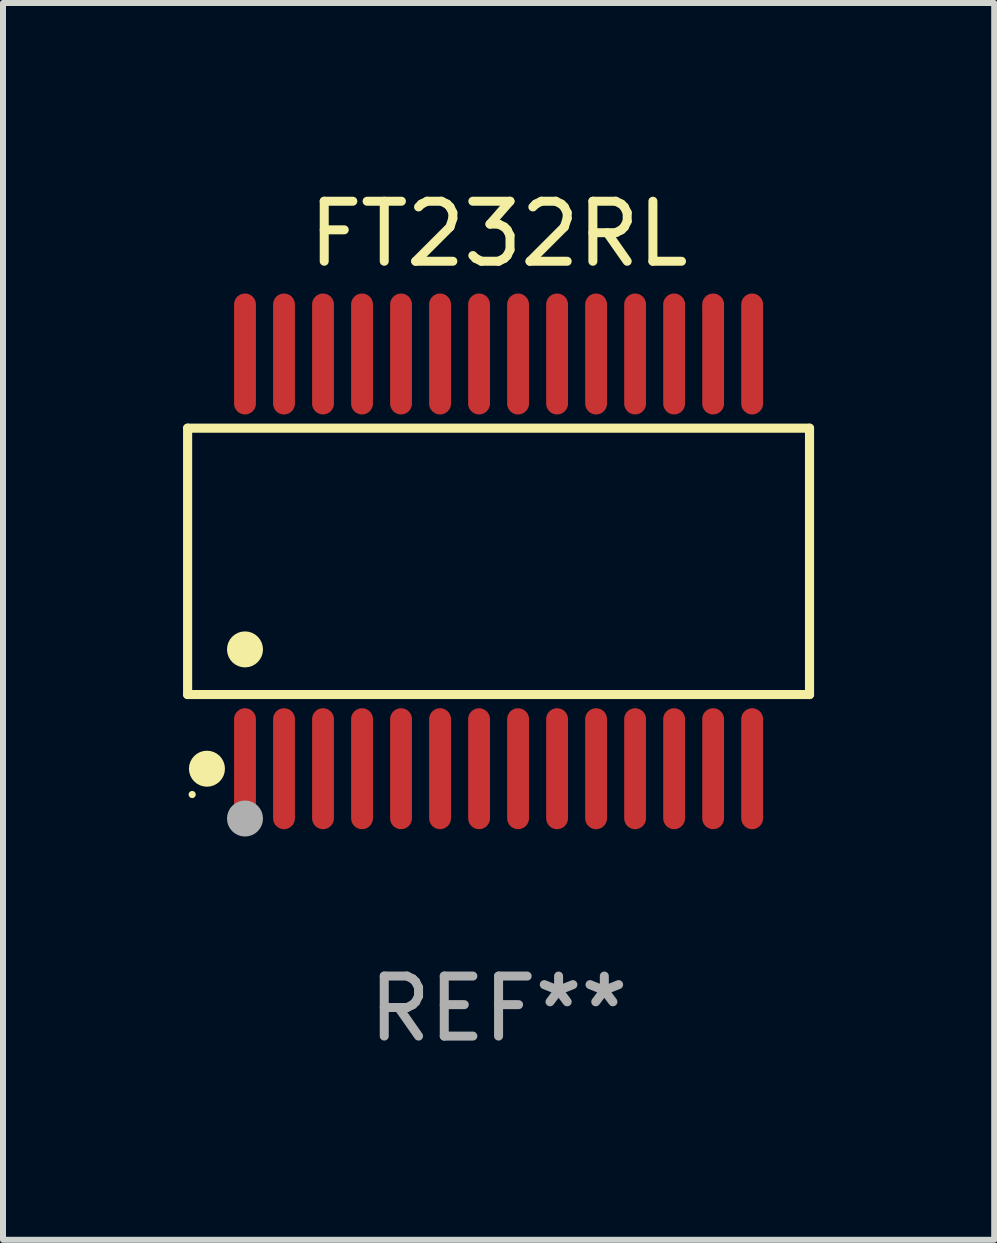
<source format=kicad_pcb>
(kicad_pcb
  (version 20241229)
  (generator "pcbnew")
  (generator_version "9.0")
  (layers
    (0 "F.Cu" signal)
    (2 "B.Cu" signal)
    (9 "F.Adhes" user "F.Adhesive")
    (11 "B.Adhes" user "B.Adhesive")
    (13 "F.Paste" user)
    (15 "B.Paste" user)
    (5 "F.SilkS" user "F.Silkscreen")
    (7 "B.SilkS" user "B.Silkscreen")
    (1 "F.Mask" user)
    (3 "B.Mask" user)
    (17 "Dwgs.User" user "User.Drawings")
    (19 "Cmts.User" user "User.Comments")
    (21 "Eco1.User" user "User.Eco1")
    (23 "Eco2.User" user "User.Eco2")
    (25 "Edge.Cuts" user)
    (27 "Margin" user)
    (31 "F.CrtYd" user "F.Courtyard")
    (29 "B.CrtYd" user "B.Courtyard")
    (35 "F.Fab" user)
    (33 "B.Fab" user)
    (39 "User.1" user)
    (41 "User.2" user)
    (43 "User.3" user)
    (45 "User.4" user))
  (footprint "FT232RL"
    (layer "F.Cu")
    (at 5.257 6.303)
    (property "Reference" "FT232RL" (at 0 -5.455 0) (layer "F.SilkS") (effects (font (size 1 1) (thickness 0.15))))
    (attr through_hole)
    (fp_line (start -5.181 -2.219) (end 5.181 -2.219) (stroke (width 0.152) (type solid)) (layer "F.SilkS"))
    (fp_line (start -5.181 2.219) (end -5.181 -2.219) (stroke (width 0.152) (type solid)) (layer "F.SilkS"))
    (fp_line (start 5.181 -2.219) (end 5.181 2.219) (stroke (width 0.152) (type solid)) (layer "F.SilkS"))
    (fp_line (start 5.181 2.219) (end -5.181 2.219) (stroke (width 0.152) (type solid)) (layer "F.SilkS"))
    (fp_circle (center -5.105 3.885) (end -5.075 3.885) (stroke (width 0.06) (type solid)) (fill no) (layer "F.SilkS"))
    (fp_circle (center -4.859 3.455) (end -4.709 3.455) (stroke (width 0.3) (type solid)) (fill no) (layer "F.SilkS"))
    (fp_circle (center -4.225 1.467) (end -4.075 1.467) (stroke (width 0.3) (type solid)) (fill no) (layer "F.SilkS"))
    (fp_circle (center -4.225 4.285) (end -4.075 4.285) (stroke (width 0.3) (type solid)) (fill no) (layer "F.Fab"))
    (fp_text user "REF**" (at 0 7.455 0) (layer "F.Fab") (effects (font (size 1 1) (thickness 0.15))))
    (pad "1" smd oval (at -4.225 3.455) (size 0.364 2.015) (layers "F.Cu" "F.Mask" "F.Paste"))
    (pad "2" smd oval (at -3.575 3.455) (size 0.364 2.015) (layers "F.Cu" "F.Mask" "F.Paste"))
    (pad "3" smd oval (at -2.925 3.455) (size 0.364 2.015) (layers "F.Cu" "F.Mask" "F.Paste"))
    (pad "4" smd oval (at -2.275 3.455) (size 0.364 2.015) (layers "F.Cu" "F.Mask" "F.Paste"))
    (pad "5" smd oval (at -1.625 3.455) (size 0.364 2.015) (layers "F.Cu" "F.Mask" "F.Paste"))
    (pad "6" smd oval (at -0.975 3.455) (size 0.364 2.015) (layers "F.Cu" "F.Mask" "F.Paste"))
    (pad "7" smd oval (at -0.325 3.455) (size 0.364 2.015) (layers "F.Cu" "F.Mask" "F.Paste"))
    (pad "8" smd oval (at 0.325 3.455) (size 0.364 2.015) (layers "F.Cu" "F.Mask" "F.Paste"))
    (pad "9" smd oval (at 0.975 3.455) (size 0.364 2.015) (layers "F.Cu" "F.Mask" "F.Paste"))
    (pad "10" smd oval (at 1.625 3.455) (size 0.364 2.015) (layers "F.Cu" "F.Mask" "F.Paste"))
    (pad "11" smd oval (at 2.275 3.455) (size 0.364 2.015) (layers "F.Cu" "F.Mask" "F.Paste"))
    (pad "12" smd oval (at 2.925 3.455) (size 0.364 2.015) (layers "F.Cu" "F.Mask" "F.Paste"))
    (pad "13" smd oval (at 3.575 3.455) (size 0.364 2.015) (layers "F.Cu" "F.Mask" "F.Paste"))
    (pad "14" smd oval (at 4.225 3.455) (size 0.364 2.015) (layers "F.Cu" "F.Mask" "F.Paste"))
    (pad "15" smd oval (at 4.225 -3.455) (size 0.364 2.015) (layers "F.Cu" "F.Mask" "F.Paste"))
    (pad "16" smd oval (at 3.575 -3.455) (size 0.364 2.015) (layers "F.Cu" "F.Mask" "F.Paste"))
    (pad "17" smd oval (at 2.925 -3.455) (size 0.364 2.015) (layers "F.Cu" "F.Mask" "F.Paste"))
    (pad "18" smd oval (at 2.275 -3.455) (size 0.364 2.015) (layers "F.Cu" "F.Mask" "F.Paste"))
    (pad "19" smd oval (at 1.625 -3.455) (size 0.364 2.015) (layers "F.Cu" "F.Mask" "F.Paste"))
    (pad "20" smd oval (at 0.975 -3.455) (size 0.364 2.015) (layers "F.Cu" "F.Mask" "F.Paste"))
    (pad "21" smd oval (at 0.325 -3.455) (size 0.364 2.015) (layers "F.Cu" "F.Mask" "F.Paste"))
    (pad "22" smd oval (at -0.325 -3.455) (size 0.364 2.015) (layers "F.Cu" "F.Mask" "F.Paste"))
    (pad "23" smd oval (at -0.975 -3.455) (size 0.364 2.015) (layers "F.Cu" "F.Mask" "F.Paste"))
    (pad "24" smd oval (at -1.625 -3.455) (size 0.364 2.015) (layers "F.Cu" "F.Mask" "F.Paste"))
    (pad "25" smd oval (at -2.275 -3.455) (size 0.364 2.015) (layers "F.Cu" "F.Mask" "F.Paste"))
    (pad "26" smd oval (at -2.925 -3.455) (size 0.364 2.015) (layers "F.Cu" "F.Mask" "F.Paste"))
    (pad "27" smd oval (at -3.575 -3.455) (size 0.364 2.015) (layers "F.Cu" "F.Mask" "F.Paste"))
    (pad "28" smd oval (at -4.225 -3.455) (size 0.364 2.015) (layers "F.Cu" "F.Mask" "F.Paste")))
  (gr_rect
    (start -3 -3)
    (end 13.515 17.607)
    (stroke (width 0.1) (type default))
    (fill no)
    (layer "Edge.Cuts")))
</source>
